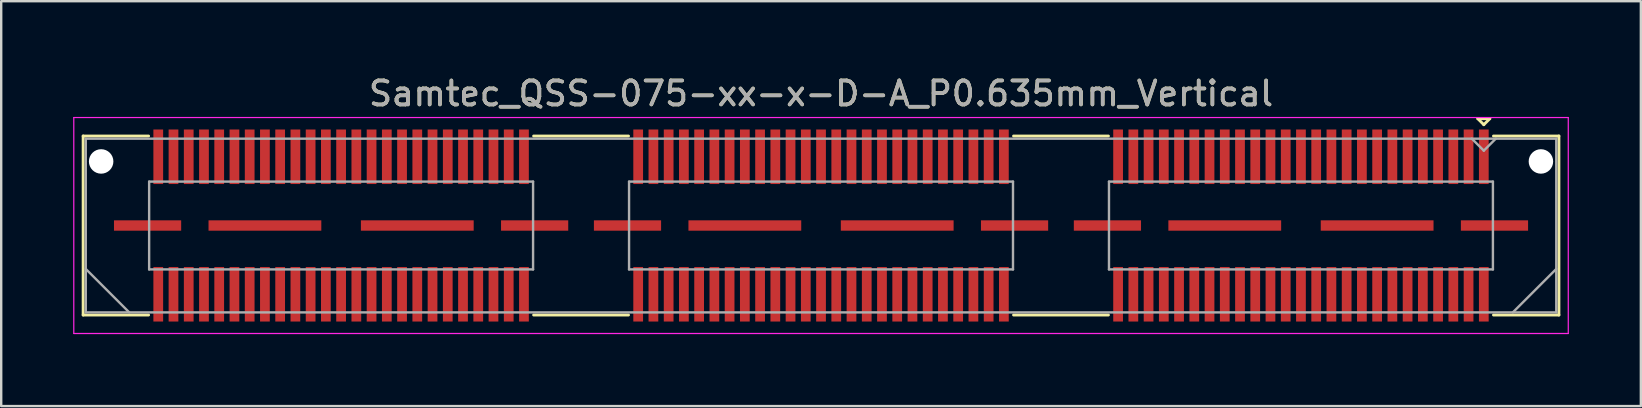
<source format=kicad_pcb>
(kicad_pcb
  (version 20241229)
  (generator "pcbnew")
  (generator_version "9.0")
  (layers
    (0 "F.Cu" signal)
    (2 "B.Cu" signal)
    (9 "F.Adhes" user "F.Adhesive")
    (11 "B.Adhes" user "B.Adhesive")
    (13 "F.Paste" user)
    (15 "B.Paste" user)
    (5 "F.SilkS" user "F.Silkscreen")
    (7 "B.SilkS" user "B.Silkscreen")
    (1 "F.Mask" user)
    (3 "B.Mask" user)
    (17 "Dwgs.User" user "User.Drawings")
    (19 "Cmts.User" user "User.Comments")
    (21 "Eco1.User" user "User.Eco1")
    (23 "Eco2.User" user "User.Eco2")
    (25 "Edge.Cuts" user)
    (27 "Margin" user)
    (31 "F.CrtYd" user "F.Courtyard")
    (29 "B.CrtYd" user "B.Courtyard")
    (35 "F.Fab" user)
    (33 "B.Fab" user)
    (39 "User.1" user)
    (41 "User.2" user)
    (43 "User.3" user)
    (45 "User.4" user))
  (footprint "Samtec_QSS-075-xx-x-D-A_P0.635mm_Vertical"
    (layer "F.Cu")
    (at 31.165 6.348)
    (property "Reference" "Samtec_QSS-075-xx-x-D-A_P0.635mm_Vertical" (at 0 -5.5 0) (layer "F.SilkS") (effects (font (size 1 1) (thickness 0.15))))
    (attr smd)
    (fp_line (start -30.75 -3.73) (end -28.023 -3.73) (stroke (width 0.12) (type solid)) (layer "F.SilkS"))
    (fp_line (start -30.75 3.73) (end -30.75 -3.73) (stroke (width 0.12) (type solid)) (layer "F.SilkS"))
    (fp_line (start -28.023 3.73) (end -30.75 3.73) (stroke (width 0.12) (type solid)) (layer "F.SilkS"))
    (fp_line (start -8.023 -3.73) (end -11.977 -3.73) (stroke (width 0.12) (type solid)) (layer "F.SilkS"))
    (fp_line (start -8.023 3.73) (end -11.977 3.73) (stroke (width 0.12) (type solid)) (layer "F.SilkS"))
    (fp_line (start 11.977 -3.73) (end 8.023 -3.73) (stroke (width 0.12) (type solid)) (layer "F.SilkS"))
    (fp_line (start 11.977 3.73) (end 8.023 3.73) (stroke (width 0.12) (type solid)) (layer "F.SilkS"))
    (fp_line (start 27.37 -4.452) (end 27.87 -4.452) (stroke (width 0.12) (type solid)) (layer "F.SilkS"))
    (fp_line (start 27.62 -4.202) (end 27.37 -4.452) (stroke (width 0.12) (type solid)) (layer "F.SilkS"))
    (fp_line (start 27.87 -4.452) (end 27.62 -4.202) (stroke (width 0.12) (type solid)) (layer "F.SilkS"))
    (fp_line (start 28.023 3.73) (end 30.75 3.73) (stroke (width 0.12) (type solid)) (layer "F.SilkS"))
    (fp_line (start 30.75 -3.73) (end 28.023 -3.73) (stroke (width 0.12) (type solid)) (layer "F.SilkS"))
    (fp_line (start 30.75 3.73) (end 30.75 -3.73) (stroke (width 0.12) (type solid)) (layer "F.SilkS"))
    (fp_line (start -31.14 -4.5) (end -31.14 4.5) (stroke (width 0.05) (type solid)) (layer "F.CrtYd"))
    (fp_line (start -31.14 4.5) (end 31.14 4.5) (stroke (width 0.05) (type solid)) (layer "F.CrtYd"))
    (fp_line (start 31.14 -4.5) (end -31.14 -4.5) (stroke (width 0.05) (type solid)) (layer "F.CrtYd"))
    (fp_line (start 31.14 4.5) (end 31.14 -4.5) (stroke (width 0.05) (type solid)) (layer "F.CrtYd"))
    (fp_line (start -30.64 -3.62) (end -30.64 3.62) (stroke (width 0.1) (type solid)) (layer "F.Fab"))
    (fp_line (start -30.64 1.81) (end -28.83 3.62) (stroke (width 0.1) (type solid)) (layer "F.Fab"))
    (fp_line (start -30.64 3.62) (end 30.64 3.62) (stroke (width 0.1) (type solid)) (layer "F.Fab"))
    (fp_line (start -28 -1.83) (end -28 1.83) (stroke (width 0.1) (type solid)) (layer "F.Fab"))
    (fp_line (start -28 1.83) (end -12 1.83) (stroke (width 0.1) (type solid)) (layer "F.Fab"))
    (fp_line (start -12 -1.83) (end -28 -1.83) (stroke (width 0.1) (type solid)) (layer "F.Fab"))
    (fp_line (start -12 1.83) (end -12 -1.83) (stroke (width 0.1) (type solid)) (layer "F.Fab"))
    (fp_line (start -8 -1.83) (end -8 1.83) (stroke (width 0.1) (type solid)) (layer "F.Fab"))
    (fp_line (start -8 1.83) (end 8 1.83) (stroke (width 0.1) (type solid)) (layer "F.Fab"))
    (fp_line (start 8 -1.83) (end -8 -1.83) (stroke (width 0.1) (type solid)) (layer "F.Fab"))
    (fp_line (start 8 1.83) (end 8 -1.83) (stroke (width 0.1) (type solid)) (layer "F.Fab"))
    (fp_line (start 12 -1.83) (end 12 1.83) (stroke (width 0.1) (type solid)) (layer "F.Fab"))
    (fp_line (start 12 1.83) (end 28 1.83) (stroke (width 0.1) (type solid)) (layer "F.Fab"))
    (fp_line (start 27.62 -3.12) (end 27.12 -3.62) (stroke (width 0.1) (type solid)) (layer "F.Fab"))
    (fp_line (start 28 -1.83) (end 12 -1.83) (stroke (width 0.1) (type solid)) (layer "F.Fab"))
    (fp_line (start 28 1.83) (end 28 -1.83) (stroke (width 0.1) (type solid)) (layer "F.Fab"))
    (fp_line (start 28.12 -3.62) (end 27.62 -3.12) (stroke (width 0.1) (type solid)) (layer "F.Fab"))
    (fp_line (start 30.64 -3.62) (end -30.64 -3.62) (stroke (width 0.1) (type solid)) (layer "F.Fab"))
    (fp_line (start 30.64 1.81) (end 28.83 3.62) (stroke (width 0.1) (type solid)) (layer "F.Fab"))
    (fp_line (start 30.64 3.62) (end 30.64 -3.62) (stroke (width 0.1) (type solid)) (layer "F.Fab"))
    (fp_text user "${REFERENCE}" (at 0 -5.5 0) (layer "F.Fab") (effects (font (size 1 1) (thickness 0.15))))
    (pad "" np_thru_hole circle (at -30 -2.67) (size 1.02 1.02) (drill 1.02) (layers "*.Cu" "*.Mask"))
    (pad "" np_thru_hole circle (at 30 -2.67) (size 1.02 1.02) (drill 1.02) (layers "*.Cu" "*.Mask"))
    (pad "1" smd rect (at 27.62 -2.865) (size 0.406 2.273) (layers "F.Cu" "F.Mask" "F.Paste"))
    (pad "2" smd rect (at 27.62 2.865) (size 0.406 2.273) (layers "F.Cu" "F.Mask" "F.Paste"))
    (pad "3" smd rect (at 26.985 -2.865) (size 0.406 2.273) (layers "F.Cu" "F.Mask" "F.Paste"))
    (pad "4" smd rect (at 26.985 2.865) (size 0.406 2.273) (layers "F.Cu" "F.Mask" "F.Paste"))
    (pad "5" smd rect (at 26.35 -2.865) (size 0.406 2.273) (layers "F.Cu" "F.Mask" "F.Paste"))
    (pad "6" smd rect (at 26.35 2.865) (size 0.406 2.273) (layers "F.Cu" "F.Mask" "F.Paste"))
    (pad "7" smd rect (at 25.715 -2.865) (size 0.406 2.273) (layers "F.Cu" "F.Mask" "F.Paste"))
    (pad "8" smd rect (at 25.715 2.865) (size 0.406 2.273) (layers "F.Cu" "F.Mask" "F.Paste"))
    (pad "9" smd rect (at 25.08 -2.865) (size 0.406 2.273) (layers "F.Cu" "F.Mask" "F.Paste"))
    (pad "10" smd rect (at 25.08 2.865) (size 0.406 2.273) (layers "F.Cu" "F.Mask" "F.Paste"))
    (pad "11" smd rect (at 24.445 -2.865) (size 0.406 2.273) (layers "F.Cu" "F.Mask" "F.Paste"))
    (pad "12" smd rect (at 24.445 2.865) (size 0.406 2.273) (layers "F.Cu" "F.Mask" "F.Paste"))
    (pad "13" smd rect (at 23.81 -2.865) (size 0.406 2.273) (layers "F.Cu" "F.Mask" "F.Paste"))
    (pad "14" smd rect (at 23.81 2.865) (size 0.406 2.273) (layers "F.Cu" "F.Mask" "F.Paste"))
    (pad "15" smd rect (at 23.175 -2.865) (size 0.406 2.273) (layers "F.Cu" "F.Mask" "F.Paste"))
    (pad "16" smd rect (at 23.175 2.865) (size 0.406 2.273) (layers "F.Cu" "F.Mask" "F.Paste"))
    (pad "17" smd rect (at 22.54 -2.865) (size 0.406 2.273) (layers "F.Cu" "F.Mask" "F.Paste"))
    (pad "18" smd rect (at 22.54 2.865) (size 0.406 2.273) (layers "F.Cu" "F.Mask" "F.Paste"))
    (pad "19" smd rect (at 21.905 -2.865) (size 0.406 2.273) (layers "F.Cu" "F.Mask" "F.Paste"))
    (pad "20" smd rect (at 21.905 2.865) (size 0.406 2.273) (layers "F.Cu" "F.Mask" "F.Paste"))
    (pad "21" smd rect (at 21.27 -2.865) (size 0.406 2.273) (layers "F.Cu" "F.Mask" "F.Paste"))
    (pad "22" smd rect (at 21.27 2.865) (size 0.406 2.273) (layers "F.Cu" "F.Mask" "F.Paste"))
    (pad "23" smd rect (at 20.635 -2.865) (size 0.406 2.273) (layers "F.Cu" "F.Mask" "F.Paste"))
    (pad "24" smd rect (at 20.635 2.865) (size 0.406 2.273) (layers "F.Cu" "F.Mask" "F.Paste"))
    (pad "25" smd rect (at 20 -2.865) (size 0.406 2.273) (layers "F.Cu" "F.Mask" "F.Paste"))
    (pad "26" smd rect (at 20 2.865) (size 0.406 2.273) (layers "F.Cu" "F.Mask" "F.Paste"))
    (pad "27" smd rect (at 19.365 -2.865) (size 0.406 2.273) (layers "F.Cu" "F.Mask" "F.Paste"))
    (pad "28" smd rect (at 19.365 2.865) (size 0.406 2.273) (layers "F.Cu" "F.Mask" "F.Paste"))
    (pad "29" smd rect (at 18.73 -2.865) (size 0.406 2.273) (layers "F.Cu" "F.Mask" "F.Paste"))
    (pad "30" smd rect (at 18.73 2.865) (size 0.406 2.273) (layers "F.Cu" "F.Mask" "F.Paste"))
    (pad "31" smd rect (at 18.095 -2.865) (size 0.406 2.273) (layers "F.Cu" "F.Mask" "F.Paste"))
    (pad "32" smd rect (at 18.095 2.865) (size 0.406 2.273) (layers "F.Cu" "F.Mask" "F.Paste"))
    (pad "33" smd rect (at 17.46 -2.865) (size 0.406 2.273) (layers "F.Cu" "F.Mask" "F.Paste"))
    (pad "34" smd rect (at 17.46 2.865) (size 0.406 2.273) (layers "F.Cu" "F.Mask" "F.Paste"))
    (pad "35" smd rect (at 16.825 -2.865) (size 0.406 2.273) (layers "F.Cu" "F.Mask" "F.Paste"))
    (pad "36" smd rect (at 16.825 2.865) (size 0.406 2.273) (layers "F.Cu" "F.Mask" "F.Paste"))
    (pad "37" smd rect (at 16.19 -2.865) (size 0.406 2.273) (layers "F.Cu" "F.Mask" "F.Paste"))
    (pad "38" smd rect (at 16.19 2.865) (size 0.406 2.273) (layers "F.Cu" "F.Mask" "F.Paste"))
    (pad "39" smd rect (at 15.555 -2.865) (size 0.406 2.273) (layers "F.Cu" "F.Mask" "F.Paste"))
    (pad "40" smd rect (at 15.555 2.865) (size 0.406 2.273) (layers "F.Cu" "F.Mask" "F.Paste"))
    (pad "41" smd rect (at 14.92 -2.865) (size 0.406 2.273) (layers "F.Cu" "F.Mask" "F.Paste"))
    (pad "42" smd rect (at 14.92 2.865) (size 0.406 2.273) (layers "F.Cu" "F.Mask" "F.Paste"))
    (pad "43" smd rect (at 14.285 -2.865) (size 0.406 2.273) (layers "F.Cu" "F.Mask" "F.Paste"))
    (pad "44" smd rect (at 14.285 2.865) (size 0.406 2.273) (layers "F.Cu" "F.Mask" "F.Paste"))
    (pad "45" smd rect (at 13.65 -2.865) (size 0.406 2.273) (layers "F.Cu" "F.Mask" "F.Paste"))
    (pad "46" smd rect (at 13.65 2.865) (size 0.406 2.273) (layers "F.Cu" "F.Mask" "F.Paste"))
    (pad "47" smd rect (at 13.015 -2.865) (size 0.406 2.273) (layers "F.Cu" "F.Mask" "F.Paste"))
    (pad "48" smd rect (at 13.015 2.865) (size 0.406 2.273) (layers "F.Cu" "F.Mask" "F.Paste"))
    (pad "49" smd rect (at 12.38 -2.865) (size 0.406 2.273) (layers "F.Cu" "F.Mask" "F.Paste"))
    (pad "50" smd rect (at 12.38 2.865) (size 0.406 2.273) (layers "F.Cu" "F.Mask" "F.Paste"))
    (pad "51" smd rect (at 7.62 -2.865) (size 0.406 2.273) (layers "F.Cu" "F.Mask" "F.Paste"))
    (pad "52" smd rect (at 7.62 2.865) (size 0.406 2.273) (layers "F.Cu" "F.Mask" "F.Paste"))
    (pad "53" smd rect (at 6.985 -2.865) (size 0.406 2.273) (layers "F.Cu" "F.Mask" "F.Paste"))
    (pad "54" smd rect (at 6.985 2.865) (size 0.406 2.273) (layers "F.Cu" "F.Mask" "F.Paste"))
    (pad "55" smd rect (at 6.35 -2.865) (size 0.406 2.273) (layers "F.Cu" "F.Mask" "F.Paste"))
    (pad "56" smd rect (at 6.35 2.865) (size 0.406 2.273) (layers "F.Cu" "F.Mask" "F.Paste"))
    (pad "57" smd rect (at 5.715 -2.865) (size 0.406 2.273) (layers "F.Cu" "F.Mask" "F.Paste"))
    (pad "58" smd rect (at 5.715 2.865) (size 0.406 2.273) (layers "F.Cu" "F.Mask" "F.Paste"))
    (pad "59" smd rect (at 5.08 -2.865) (size 0.406 2.273) (layers "F.Cu" "F.Mask" "F.Paste"))
    (pad "60" smd rect (at 5.08 2.865) (size 0.406 2.273) (layers "F.Cu" "F.Mask" "F.Paste"))
    (pad "61" smd rect (at 4.445 -2.865) (size 0.406 2.273) (layers "F.Cu" "F.Mask" "F.Paste"))
    (pad "62" smd rect (at 4.445 2.865) (size 0.406 2.273) (layers "F.Cu" "F.Mask" "F.Paste"))
    (pad "63" smd rect (at 3.81 -2.865) (size 0.406 2.273) (layers "F.Cu" "F.Mask" "F.Paste"))
    (pad "64" smd rect (at 3.81 2.865) (size 0.406 2.273) (layers "F.Cu" "F.Mask" "F.Paste"))
    (pad "65" smd rect (at 3.175 -2.865) (size 0.406 2.273) (layers "F.Cu" "F.Mask" "F.Paste"))
    (pad "66" smd rect (at 3.175 2.865) (size 0.406 2.273) (layers "F.Cu" "F.Mask" "F.Paste"))
    (pad "67" smd rect (at 2.54 -2.865) (size 0.406 2.273) (layers "F.Cu" "F.Mask" "F.Paste"))
    (pad "68" smd rect (at 2.54 2.865) (size 0.406 2.273) (layers "F.Cu" "F.Mask" "F.Paste"))
    (pad "69" smd rect (at 1.905 -2.865) (size 0.406 2.273) (layers "F.Cu" "F.Mask" "F.Paste"))
    (pad "70" smd rect (at 1.905 2.865) (size 0.406 2.273) (layers "F.Cu" "F.Mask" "F.Paste"))
    (pad "71" smd rect (at 1.27 -2.865) (size 0.406 2.273) (layers "F.Cu" "F.Mask" "F.Paste"))
    (pad "72" smd rect (at 1.27 2.865) (size 0.406 2.273) (layers "F.Cu" "F.Mask" "F.Paste"))
    (pad "73" smd rect (at 0.635 -2.865) (size 0.406 2.273) (layers "F.Cu" "F.Mask" "F.Paste"))
    (pad "74" smd rect (at 0.635 2.865) (size 0.406 2.273) (layers "F.Cu" "F.Mask" "F.Paste"))
    (pad "75" smd rect (at 0 -2.865) (size 0.406 2.273) (layers "F.Cu" "F.Mask" "F.Paste"))
    (pad "76" smd rect (at 0 2.865) (size 0.406 2.273) (layers "F.Cu" "F.Mask" "F.Paste"))
    (pad "77" smd rect (at -0.635 -2.865) (size 0.406 2.273) (layers "F.Cu" "F.Mask" "F.Paste"))
    (pad "78" smd rect (at -0.635 2.865) (size 0.406 2.273) (layers "F.Cu" "F.Mask" "F.Paste"))
    (pad "79" smd rect (at -1.27 -2.865) (size 0.406 2.273) (layers "F.Cu" "F.Mask" "F.Paste"))
    (pad "80" smd rect (at -1.27 2.865) (size 0.406 2.273) (layers "F.Cu" "F.Mask" "F.Paste"))
    (pad "81" smd rect (at -1.905 -2.865) (size 0.406 2.273) (layers "F.Cu" "F.Mask" "F.Paste"))
    (pad "82" smd rect (at -1.905 2.865) (size 0.406 2.273) (layers "F.Cu" "F.Mask" "F.Paste"))
    (pad "83" smd rect (at -2.54 -2.865) (size 0.406 2.273) (layers "F.Cu" "F.Mask" "F.Paste"))
    (pad "84" smd rect (at -2.54 2.865) (size 0.406 2.273) (layers "F.Cu" "F.Mask" "F.Paste"))
    (pad "85" smd rect (at -3.175 -2.865) (size 0.406 2.273) (layers "F.Cu" "F.Mask" "F.Paste"))
    (pad "86" smd rect (at -3.175 2.865) (size 0.406 2.273) (layers "F.Cu" "F.Mask" "F.Paste"))
    (pad "87" smd rect (at -3.81 -2.865) (size 0.406 2.273) (layers "F.Cu" "F.Mask" "F.Paste"))
    (pad "88" smd rect (at -3.81 2.865) (size 0.406 2.273) (layers "F.Cu" "F.Mask" "F.Paste"))
    (pad "89" smd rect (at -4.445 -2.865) (size 0.406 2.273) (layers "F.Cu" "F.Mask" "F.Paste"))
    (pad "90" smd rect (at -4.445 2.865) (size 0.406 2.273) (layers "F.Cu" "F.Mask" "F.Paste"))
    (pad "91" smd rect (at -5.08 -2.865) (size 0.406 2.273) (layers "F.Cu" "F.Mask" "F.Paste"))
    (pad "92" smd rect (at -5.08 2.865) (size 0.406 2.273) (layers "F.Cu" "F.Mask" "F.Paste"))
    (pad "93" smd rect (at -5.715 -2.865) (size 0.406 2.273) (layers "F.Cu" "F.Mask" "F.Paste"))
    (pad "94" smd rect (at -5.715 2.865) (size 0.406 2.273) (layers "F.Cu" "F.Mask" "F.Paste"))
    (pad "95" smd rect (at -6.35 -2.865) (size 0.406 2.273) (layers "F.Cu" "F.Mask" "F.Paste"))
    (pad "96" smd rect (at -6.35 2.865) (size 0.406 2.273) (layers "F.Cu" "F.Mask" "F.Paste"))
    (pad "97" smd rect (at -6.985 -2.865) (size 0.406 2.273) (layers "F.Cu" "F.Mask" "F.Paste"))
    (pad "98" smd rect (at -6.985 2.865) (size 0.406 2.273) (layers "F.Cu" "F.Mask" "F.Paste"))
    (pad "99" smd rect (at -7.62 -2.865) (size 0.406 2.273) (layers "F.Cu" "F.Mask" "F.Paste"))
    (pad "100" smd rect (at -7.62 2.865) (size 0.406 2.273) (layers "F.Cu" "F.Mask" "F.Paste"))
    (pad "101" smd rect (at -12.38 -2.865) (size 0.406 2.273) (layers "F.Cu" "F.Mask" "F.Paste"))
    (pad "102" smd rect (at -12.38 2.865) (size 0.406 2.273) (layers "F.Cu" "F.Mask" "F.Paste"))
    (pad "103" smd rect (at -13.015 -2.865) (size 0.406 2.273) (layers "F.Cu" "F.Mask" "F.Paste"))
    (pad "104" smd rect (at -13.015 2.865) (size 0.406 2.273) (layers "F.Cu" "F.Mask" "F.Paste"))
    (pad "105" smd rect (at -13.65 -2.865) (size 0.406 2.273) (layers "F.Cu" "F.Mask" "F.Paste"))
    (pad "106" smd rect (at -13.65 2.865) (size 0.406 2.273) (layers "F.Cu" "F.Mask" "F.Paste"))
    (pad "107" smd rect (at -14.285 -2.865) (size 0.406 2.273) (layers "F.Cu" "F.Mask" "F.Paste"))
    (pad "108" smd rect (at -14.285 2.865) (size 0.406 2.273) (layers "F.Cu" "F.Mask" "F.Paste"))
    (pad "109" smd rect (at -14.92 -2.865) (size 0.406 2.273) (layers "F.Cu" "F.Mask" "F.Paste"))
    (pad "110" smd rect (at -14.92 2.865) (size 0.406 2.273) (layers "F.Cu" "F.Mask" "F.Paste"))
    (pad "111" smd rect (at -15.555 -2.865) (size 0.406 2.273) (layers "F.Cu" "F.Mask" "F.Paste"))
    (pad "112" smd rect (at -15.555 2.865) (size 0.406 2.273) (layers "F.Cu" "F.Mask" "F.Paste"))
    (pad "113" smd rect (at -16.19 -2.865) (size 0.406 2.273) (layers "F.Cu" "F.Mask" "F.Paste"))
    (pad "114" smd rect (at -16.19 2.865) (size 0.406 2.273) (layers "F.Cu" "F.Mask" "F.Paste"))
    (pad "115" smd rect (at -16.825 -2.865) (size 0.406 2.273) (layers "F.Cu" "F.Mask" "F.Paste"))
    (pad "116" smd rect (at -16.825 2.865) (size 0.406 2.273) (layers "F.Cu" "F.Mask" "F.Paste"))
    (pad "117" smd rect (at -17.46 -2.865) (size 0.406 2.273) (layers "F.Cu" "F.Mask" "F.Paste"))
    (pad "118" smd rect (at -17.46 2.865) (size 0.406 2.273) (layers "F.Cu" "F.Mask" "F.Paste"))
    (pad "119" smd rect (at -18.095 -2.865) (size 0.406 2.273) (layers "F.Cu" "F.Mask" "F.Paste"))
    (pad "120" smd rect (at -18.095 2.865) (size 0.406 2.273) (layers "F.Cu" "F.Mask" "F.Paste"))
    (pad "121" smd rect (at -18.73 -2.865) (size 0.406 2.273) (layers "F.Cu" "F.Mask" "F.Paste"))
    (pad "122" smd rect (at -18.73 2.865) (size 0.406 2.273) (layers "F.Cu" "F.Mask" "F.Paste"))
    (pad "123" smd rect (at -19.365 -2.865) (size 0.406 2.273) (layers "F.Cu" "F.Mask" "F.Paste"))
    (pad "124" smd rect (at -19.365 2.865) (size 0.406 2.273) (layers "F.Cu" "F.Mask" "F.Paste"))
    (pad "125" smd rect (at -20 -2.865) (size 0.406 2.273) (layers "F.Cu" "F.Mask" "F.Paste"))
    (pad "126" smd rect (at -20 2.865) (size 0.406 2.273) (layers "F.Cu" "F.Mask" "F.Paste"))
    (pad "127" smd rect (at -20.635 -2.865) (size 0.406 2.273) (layers "F.Cu" "F.Mask" "F.Paste"))
    (pad "128" smd rect (at -20.635 2.865) (size 0.406 2.273) (layers "F.Cu" "F.Mask" "F.Paste"))
    (pad "129" smd rect (at -21.27 -2.865) (size 0.406 2.273) (layers "F.Cu" "F.Mask" "F.Paste"))
    (pad "130" smd rect (at -21.27 2.865) (size 0.406 2.273) (layers "F.Cu" "F.Mask" "F.Paste"))
    (pad "131" smd rect (at -21.905 -2.865) (size 0.406 2.273) (layers "F.Cu" "F.Mask" "F.Paste"))
    (pad "132" smd rect (at -21.905 2.865) (size 0.406 2.273) (layers "F.Cu" "F.Mask" "F.Paste"))
    (pad "133" smd rect (at -22.54 -2.865) (size 0.406 2.273) (layers "F.Cu" "F.Mask" "F.Paste"))
    (pad "134" smd rect (at -22.54 2.865) (size 0.406 2.273) (layers "F.Cu" "F.Mask" "F.Paste"))
    (pad "135" smd rect (at -23.175 -2.865) (size 0.406 2.273) (layers "F.Cu" "F.Mask" "F.Paste"))
    (pad "136" smd rect (at -23.175 2.865) (size 0.406 2.273) (layers "F.Cu" "F.Mask" "F.Paste"))
    (pad "137" smd rect (at -23.81 -2.865) (size 0.406 2.273) (layers "F.Cu" "F.Mask" "F.Paste"))
    (pad "138" smd rect (at -23.81 2.865) (size 0.406 2.273) (layers "F.Cu" "F.Mask" "F.Paste"))
    (pad "139" smd rect (at -24.445 -2.865) (size 0.406 2.273) (layers "F.Cu" "F.Mask" "F.Paste"))
    (pad "140" smd rect (at -24.445 2.865) (size 0.406 2.273) (layers "F.Cu" "F.Mask" "F.Paste"))
    (pad "141" smd rect (at -25.08 -2.865) (size 0.406 2.273) (layers "F.Cu" "F.Mask" "F.Paste"))
    (pad "142" smd rect (at -25.08 2.865) (size 0.406 2.273) (layers "F.Cu" "F.Mask" "F.Paste"))
    (pad "143" smd rect (at -25.715 -2.865) (size 0.406 2.273) (layers "F.Cu" "F.Mask" "F.Paste"))
    (pad "144" smd rect (at -25.715 2.865) (size 0.406 2.273) (layers "F.Cu" "F.Mask" "F.Paste"))
    (pad "145" smd rect (at -26.35 -2.865) (size 0.406 2.273) (layers "F.Cu" "F.Mask" "F.Paste"))
    (pad "146" smd rect (at -26.35 2.865) (size 0.406 2.273) (layers "F.Cu" "F.Mask" "F.Paste"))
    (pad "147" smd rect (at -26.985 -2.865) (size 0.406 2.273) (layers "F.Cu" "F.Mask" "F.Paste"))
    (pad "148" smd rect (at -26.985 2.865) (size 0.406 2.273) (layers "F.Cu" "F.Mask" "F.Paste"))
    (pad "149" smd rect (at -27.62 -2.865) (size 0.406 2.273) (layers "F.Cu" "F.Mask" "F.Paste"))
    (pad "150" smd rect (at -27.62 2.865) (size 0.406 2.273) (layers "F.Cu" "F.Mask" "F.Paste"))
    (pad "P1" smd rect (at 11.935 0) (size 2.8 0.432) (layers "F.Cu" "F.Mask" "F.Paste"))
    (pad "P1" smd rect (at 16.825 0) (size 4.7 0.432) (layers "F.Cu" "F.Mask" "F.Paste"))
    (pad "P1" smd rect (at 23.175 0) (size 4.7 0.432) (layers "F.Cu" "F.Mask" "F.Paste"))
    (pad "P1" smd rect (at 28.065 0) (size 2.8 0.432) (layers "F.Cu" "F.Mask" "F.Paste"))
    (pad "P2" smd rect (at -8.065 0) (size 2.8 0.432) (layers "F.Cu" "F.Mask" "F.Paste"))
    (pad "P2" smd rect (at -3.175 0) (size 4.7 0.432) (layers "F.Cu" "F.Mask" "F.Paste"))
    (pad "P2" smd rect (at 3.175 0) (size 4.7 0.432) (layers "F.Cu" "F.Mask" "F.Paste"))
    (pad "P2" smd rect (at 8.065 0) (size 2.8 0.432) (layers "F.Cu" "F.Mask" "F.Paste"))
    (pad "P3" smd rect (at -28.065 0) (size 2.8 0.432) (layers "F.Cu" "F.Mask" "F.Paste"))
    (pad "P3" smd rect (at -23.175 0) (size 4.7 0.432) (layers "F.Cu" "F.Mask" "F.Paste"))
    (pad "P3" smd rect (at -16.825 0) (size 4.7 0.432) (layers "F.Cu" "F.Mask" "F.Paste"))
    (pad "P3" smd rect (at -11.935 0) (size 2.8 0.432) (layers "F.Cu" "F.Mask" "F.Paste")))
  (gr_rect
    (start -3 -3)
    (end 65.33 13.873)
    (stroke (width 0.1) (type default))
    (fill no)
    (layer "Edge.Cuts")))
</source>
